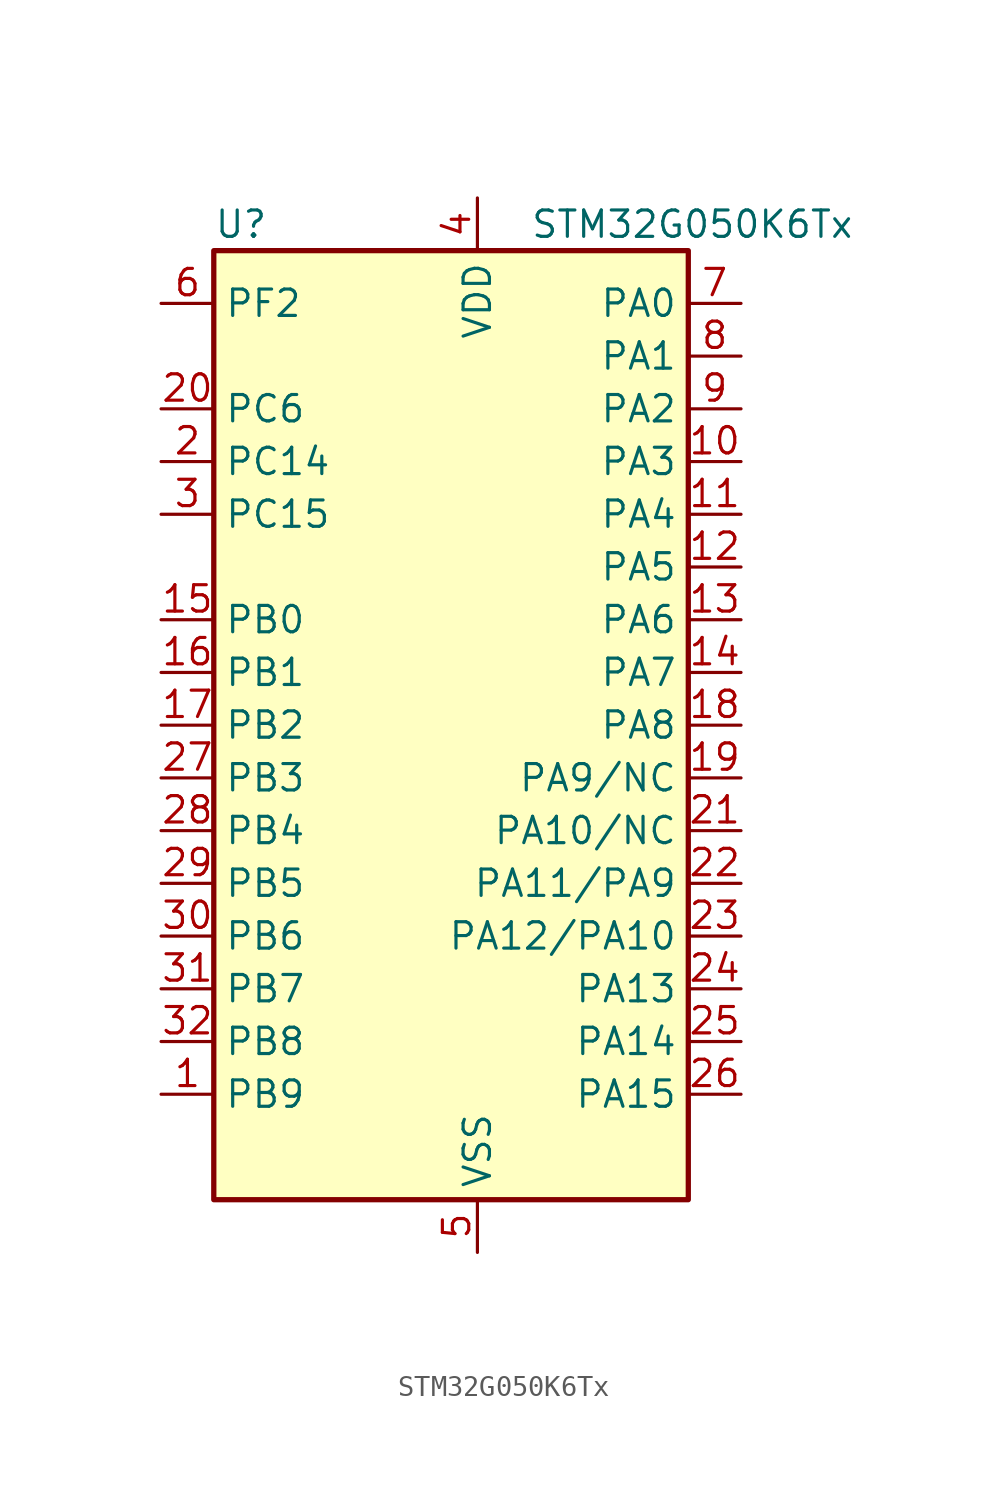
<source format=kicad_sym>
(kicad_symbol_lib
  (version 20220914)
  (generator kicad_symbol_editor)
  (symbol "STM32G050K6Tx"
    (property "Reference" "U"
      (at -10.16 24.13 0)
      (effects (font (size 1.27 1.27)) (justify left)))
    (property "Value" "STM32G050K6Tx"
      (at 5.08 24.13 0)
      (effects (font (size 1.27 1.27)) (justify left)))
    (property "ki_locked" ""
      (at 0 0 0)
      (effects (font (size 1.27 1.27))))
    (symbol "STM32G050K6Tx_0_1"
      (rectangle (start -10.16 -22.86) (end 12.7 22.86) (stroke (width 0.254) (type default)) (fill (type background))))
    (symbol "STM32G050K6Tx_1_1"
      (pin bidirectional line (at -12.7 -17.78 0) (length 2.54) (name "PB9" (effects (font (size 1.27 1.27)))) (number "1" (effects (font (size 1.27 1.27)))) (alternate "I2C1_SDA" bidirectional line) (alternate "IR_OUT" bidirectional line) (alternate "SPI2_NSS" bidirectional line) (alternate "TIM17_CH1" bidirectional line))
      (pin bidirectional line (at 15.24 12.7 180) (length 2.54) (name "PA3" (effects (font (size 1.27 1.27)))) (number "10" (effects (font (size 1.27 1.27)))) (alternate "ADC1_IN3" bidirectional line) (alternate "SPI2_MISO" bidirectional line) (alternate "TIM15_CH2" bidirectional line) (alternate "USART2_RX" bidirectional line))
      (pin bidirectional line (at 15.24 10.16 180) (length 2.54) (name "PA4" (effects (font (size 1.27 1.27)))) (number "11" (effects (font (size 1.27 1.27)))) (alternate "ADC1_IN4" bidirectional line) (alternate "I2S1_WS" bidirectional line) (alternate "RTC_OUT1" bidirectional line) (alternate "RTC_TAMP_IN1" bidirectional line) (alternate "RTC_TS" bidirectional line) (alternate "SPI1_NSS" bidirectional line) (alternate "SPI2_MOSI" bidirectional line) (alternate "SYS_WKUP2" bidirectional line) (alternate "TIM14_CH1" bidirectional line))
      (pin bidirectional line (at 15.24 7.62 180) (length 2.54) (name "PA5" (effects (font (size 1.27 1.27)))) (number "12" (effects (font (size 1.27 1.27)))) (alternate "ADC1_IN5" bidirectional line) (alternate "I2S1_CK" bidirectional line) (alternate "SPI1_SCK" bidirectional line))
      (pin bidirectional line (at 15.24 5.08 180) (length 2.54) (name "PA6" (effects (font (size 1.27 1.27)))) (number "13" (effects (font (size 1.27 1.27)))) (alternate "ADC1_IN6" bidirectional line) (alternate "I2S1_MCK" bidirectional line) (alternate "SPI1_MISO" bidirectional line) (alternate "TIM16_CH1" bidirectional line) (alternate "TIM1_BK" bidirectional line) (alternate "TIM3_CH1" bidirectional line))
      (pin bidirectional line (at 15.24 2.54 180) (length 2.54) (name "PA7" (effects (font (size 1.27 1.27)))) (number "14" (effects (font (size 1.27 1.27)))) (alternate "ADC1_IN7" bidirectional line) (alternate "I2S1_SD" bidirectional line) (alternate "SPI1_MOSI" bidirectional line) (alternate "TIM14_CH1" bidirectional line) (alternate "TIM17_CH1" bidirectional line) (alternate "TIM1_CH1N" bidirectional line) (alternate "TIM3_CH2" bidirectional line))
      (pin bidirectional line (at -12.7 5.08 0) (length 2.54) (name "PB0" (effects (font (size 1.27 1.27)))) (number "15" (effects (font (size 1.27 1.27)))) (alternate "ADC1_IN8" bidirectional line) (alternate "I2S1_WS" bidirectional line) (alternate "SPI1_NSS" bidirectional line) (alternate "TIM1_CH2N" bidirectional line) (alternate "TIM3_CH3" bidirectional line))
      (pin bidirectional line (at -12.7 2.54 0) (length 2.54) (name "PB1" (effects (font (size 1.27 1.27)))) (number "16" (effects (font (size 1.27 1.27)))) (alternate "ADC1_IN9" bidirectional line) (alternate "TIM14_CH1" bidirectional line) (alternate "TIM1_CH3N" bidirectional line) (alternate "TIM3_CH4" bidirectional line))
      (pin bidirectional line (at -12.7 0 0) (length 2.54) (name "PB2" (effects (font (size 1.27 1.27)))) (number "17" (effects (font (size 1.27 1.27)))) (alternate "ADC1_IN10" bidirectional line) (alternate "SPI2_MISO" bidirectional line))
      (pin bidirectional line (at 15.24 0 180) (length 2.54) (name "PA8" (effects (font (size 1.27 1.27)))) (number "18" (effects (font (size 1.27 1.27)))) (alternate "RCC_MCO" bidirectional line) (alternate "SPI2_NSS" bidirectional line) (alternate "TIM1_CH1" bidirectional line))
      (pin bidirectional line (at 15.24 -2.54 180) (length 2.54) (name "PA9/NC" (effects (font (size 1.27 1.27)))) (number "19" (effects (font (size 1.27 1.27)))) (alternate "I2C1_SCL" bidirectional line) (alternate "RCC_MCO" bidirectional line) (alternate "SPI2_MISO" bidirectional line) (alternate "TIM15_BK" bidirectional line) (alternate "TIM1_CH2" bidirectional line) (alternate "USART1_TX" bidirectional line))
      (pin bidirectional line (at -12.7 12.7 0) (length 2.54) (name "PC14" (effects (font (size 1.27 1.27)))) (number "2" (effects (font (size 1.27 1.27)))) (alternate "RCC_OSC32_IN" bidirectional line) (alternate "RCC_OSC_IN" bidirectional line) (alternate "TIM1_BK2" bidirectional line))
      (pin bidirectional line (at -12.7 15.24 0) (length 2.54) (name "PC6" (effects (font (size 1.27 1.27)))) (number "20" (effects (font (size 1.27 1.27)))) (alternate "TIM3_CH1" bidirectional line))
      (pin bidirectional line (at 15.24 -5.08 180) (length 2.54) (name "PA10/NC" (effects (font (size 1.27 1.27)))) (number "21" (effects (font (size 1.27 1.27)))) (alternate "I2C1_SDA" bidirectional line) (alternate "SPI2_MOSI" bidirectional line) (alternate "TIM17_BK" bidirectional line) (alternate "TIM1_CH3" bidirectional line) (alternate "USART1_RX" bidirectional line))
      (pin bidirectional line (at 15.24 -7.62 180) (length 2.54) (name "PA11/PA9" (effects (font (size 1.27 1.27)))) (number "22" (effects (font (size 1.27 1.27)))) (alternate "ADC1_EXTI11" bidirectional line) (alternate "ADC1_IN15" bidirectional line) (alternate "I2C2_SCL" bidirectional line) (alternate "I2S1_MCK" bidirectional line) (alternate "SPI1_MISO" bidirectional line) (alternate "TIM1_BK2" bidirectional line) (alternate "TIM1_CH4" bidirectional line) (alternate "USART1_CTS" bidirectional line) (alternate "USART1_NSS" bidirectional line))
      (pin bidirectional line (at 15.24 -10.16 180) (length 2.54) (name "PA12/PA10" (effects (font (size 1.27 1.27)))) (number "23" (effects (font (size 1.27 1.27)))) (alternate "ADC1_IN16" bidirectional line) (alternate "I2C2_SDA" bidirectional line) (alternate "I2S1_SD" bidirectional line) (alternate "I2S_CKIN" bidirectional line) (alternate "SPI1_MOSI" bidirectional line) (alternate "TIM1_ETR" bidirectional line) (alternate "USART1_CK" bidirectional line) (alternate "USART1_DE" bidirectional line) (alternate "USART1_RTS" bidirectional line))
      (pin bidirectional line (at 15.24 -12.7 180) (length 2.54) (name "PA13" (effects (font (size 1.27 1.27)))) (number "24" (effects (font (size 1.27 1.27)))) (alternate "ADC1_IN17" bidirectional line) (alternate "IR_OUT" bidirectional line) (alternate "SYS_SWDIO" bidirectional line))
      (pin bidirectional line (at 15.24 -15.24 180) (length 2.54) (name "PA14" (effects (font (size 1.27 1.27)))) (number "25" (effects (font (size 1.27 1.27)))) (alternate "ADC1_IN18" bidirectional line) (alternate "SYS_SWCLK" bidirectional line) (alternate "USART2_TX" bidirectional line))
      (pin bidirectional line (at 15.24 -17.78 180) (length 2.54) (name "PA15" (effects (font (size 1.27 1.27)))) (number "26" (effects (font (size 1.27 1.27)))) (alternate "I2S1_WS" bidirectional line) (alternate "SPI1_NSS" bidirectional line) (alternate "USART2_RX" bidirectional line))
      (pin bidirectional line (at -12.7 -2.54 0) (length 2.54) (name "PB3" (effects (font (size 1.27 1.27)))) (number "27" (effects (font (size 1.27 1.27)))) (alternate "I2S1_CK" bidirectional line) (alternate "SPI1_SCK" bidirectional line) (alternate "TIM1_CH2" bidirectional line) (alternate "USART1_CK" bidirectional line) (alternate "USART1_DE" bidirectional line) (alternate "USART1_RTS" bidirectional line))
      (pin bidirectional line (at -12.7 -5.08 0) (length 2.54) (name "PB4" (effects (font (size 1.27 1.27)))) (number "28" (effects (font (size 1.27 1.27)))) (alternate "I2S1_MCK" bidirectional line) (alternate "SPI1_MISO" bidirectional line) (alternate "TIM17_BK" bidirectional line) (alternate "TIM3_CH1" bidirectional line) (alternate "USART1_CTS" bidirectional line) (alternate "USART1_NSS" bidirectional line))
      (pin bidirectional line (at -12.7 -7.62 0) (length 2.54) (name "PB5" (effects (font (size 1.27 1.27)))) (number "29" (effects (font (size 1.27 1.27)))) (alternate "I2C1_SMBA" bidirectional line) (alternate "I2S1_SD" bidirectional line) (alternate "SPI1_MOSI" bidirectional line) (alternate "SYS_WKUP6" bidirectional line) (alternate "TIM16_BK" bidirectional line) (alternate "TIM3_CH2" bidirectional line))
      (pin bidirectional line (at -12.7 10.16 0) (length 2.54) (name "PC15" (effects (font (size 1.27 1.27)))) (number "3" (effects (font (size 1.27 1.27)))) (alternate "RCC_OSC32_EN" bidirectional line) (alternate "RCC_OSC32_OUT" bidirectional line) (alternate "RCC_OSC_EN" bidirectional line) (alternate "TIM15_BK" bidirectional line))
      (pin bidirectional line (at -12.7 -10.16 0) (length 2.54) (name "PB6" (effects (font (size 1.27 1.27)))) (number "30" (effects (font (size 1.27 1.27)))) (alternate "I2C1_SCL" bidirectional line) (alternate "SPI2_MISO" bidirectional line) (alternate "TIM16_CH1N" bidirectional line) (alternate "TIM1_CH3" bidirectional line) (alternate "USART1_TX" bidirectional line))
      (pin bidirectional line (at -12.7 -12.7 0) (length 2.54) (name "PB7" (effects (font (size 1.27 1.27)))) (number "31" (effects (font (size 1.27 1.27)))) (alternate "ADC1_IN11" bidirectional line) (alternate "I2C1_SDA" bidirectional line) (alternate "SPI2_MOSI" bidirectional line) (alternate "SYS_PVD_IN" bidirectional line) (alternate "TIM17_CH1N" bidirectional line) (alternate "USART1_RX" bidirectional line))
      (pin bidirectional line (at -12.7 -15.24 0) (length 2.54) (name "PB8" (effects (font (size 1.27 1.27)))) (number "32" (effects (font (size 1.27 1.27)))) (alternate "I2C1_SCL" bidirectional line) (alternate "SPI2_SCK" bidirectional line) (alternate "TIM15_BK" bidirectional line) (alternate "TIM16_CH1" bidirectional line))
      (pin power_in line (at 2.54 25.4 270) (length 2.54) (name "VDD" (effects (font (size 1.27 1.27)))) (number "4" (effects (font (size 1.27 1.27)))))
      (pin power_in line (at 2.54 -25.4 90) (length 2.54) (name "VSS" (effects (font (size 1.27 1.27)))) (number "5" (effects (font (size 1.27 1.27)))))
      (pin bidirectional line (at -12.7 20.32 0) (length 2.54) (name "PF2" (effects (font (size 1.27 1.27)))) (number "6" (effects (font (size 1.27 1.27)))) (alternate "RCC_MCO" bidirectional line))
      (pin bidirectional line (at 15.24 20.32 180) (length 2.54) (name "PA0" (effects (font (size 1.27 1.27)))) (number "7" (effects (font (size 1.27 1.27)))) (alternate "ADC1_IN0" bidirectional line) (alternate "RTC_TAMP_IN2" bidirectional line) (alternate "SPI2_SCK" bidirectional line) (alternate "SYS_WKUP1" bidirectional line) (alternate "USART2_CTS" bidirectional line) (alternate "USART2_NSS" bidirectional line))
      (pin bidirectional line (at 15.24 17.78 180) (length 2.54) (name "PA1" (effects (font (size 1.27 1.27)))) (number "8" (effects (font (size 1.27 1.27)))) (alternate "ADC1_IN1" bidirectional line) (alternate "I2C1_SMBA" bidirectional line) (alternate "I2S1_CK" bidirectional line) (alternate "SPI1_SCK" bidirectional line) (alternate "TIM15_CH1N" bidirectional line) (alternate "USART2_CK" bidirectional line) (alternate "USART2_DE" bidirectional line) (alternate "USART2_RTS" bidirectional line))
      (pin bidirectional line (at 15.24 15.24 180) (length 2.54) (name "PA2" (effects (font (size 1.27 1.27)))) (number "9" (effects (font (size 1.27 1.27)))) (alternate "ADC1_IN2" bidirectional line) (alternate "I2S1_SD" bidirectional line) (alternate "RCC_LSCO" bidirectional line) (alternate "SPI1_MOSI" bidirectional line) (alternate "SYS_WKUP4" bidirectional line) (alternate "TIM15_CH1" bidirectional line) (alternate "USART2_TX" bidirectional line)))))
</source>
